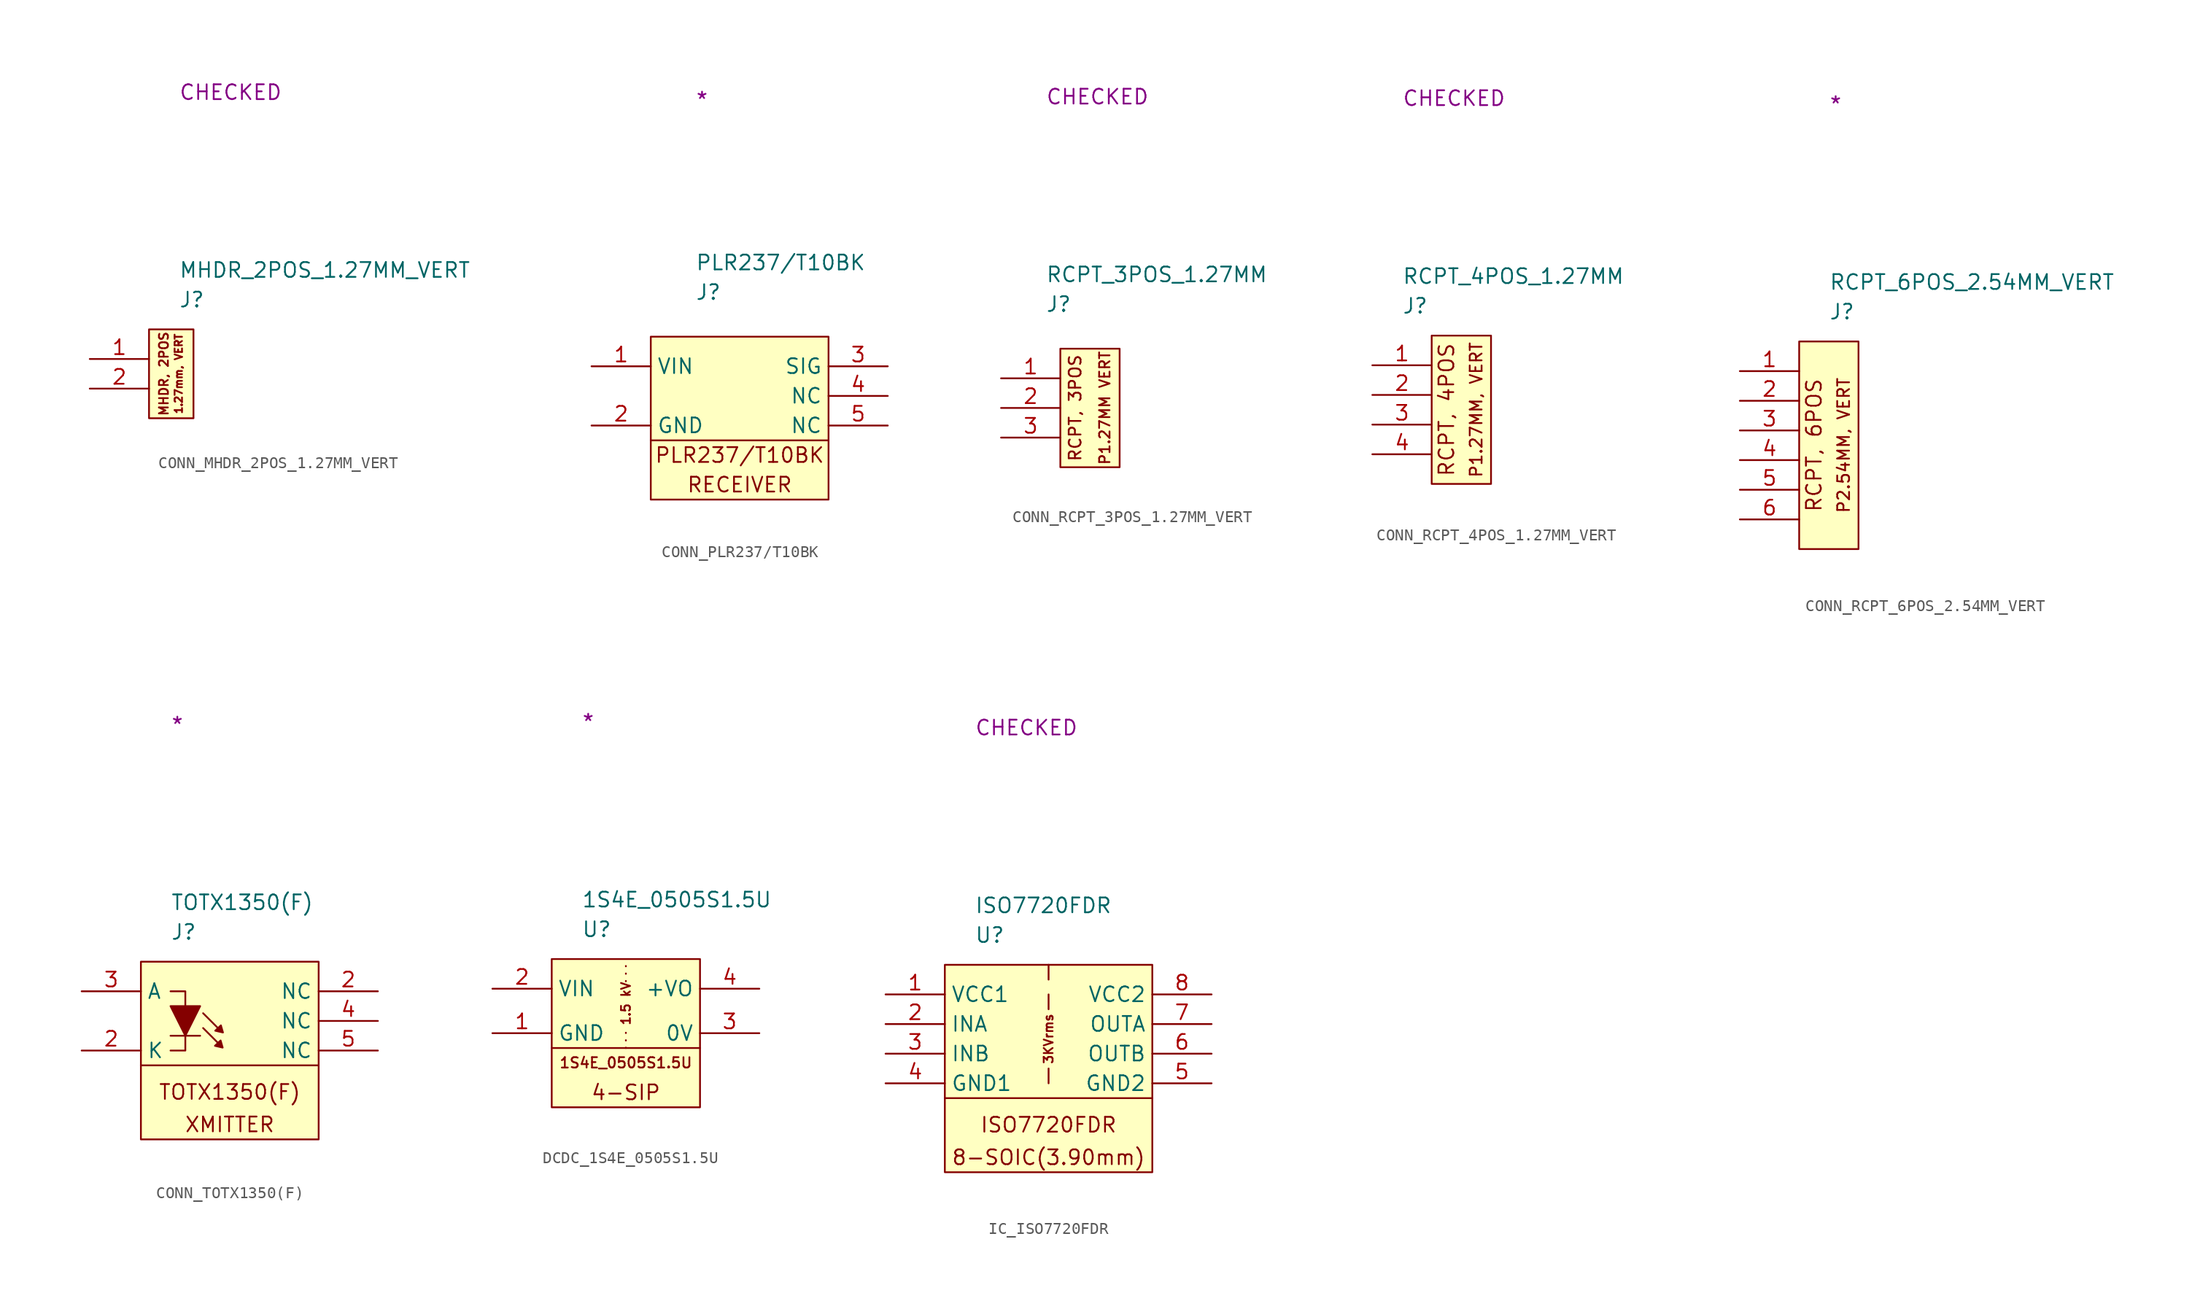
<source format=kicad_sym>
(kicad_symbol_lib
  (version 20220914)
  (generator kicad_symbol_editor)
  (symbol "CONN_MHDR_2POS_1.27MM_VERT"
    (property "Reference" "J"
      (at 2.54 2.54 0)
      (effects (font (size 1.27 1.27)) (justify left)))
    (property "Value" "MHDR_2POS_1.27MM_VERT"
      (at 2.54 5.08 0)
      (effects (font (size 1.27 1.27)) (justify left)))
    (property "SCH CHECK" "CHECKED"
      (at 2.54 20.32 0)
      (effects (font (size 1.27 1.27)) (justify left)))
    (symbol "CONN_MHDR_2POS_1.27MM_VERT_0_0"
      (text "1.27mm, VERT" (at 2.54 -3.81 900) (effects (font (size 0.635 0.635))))
      (text "MHDR, 2POS" (at 1.27 -3.81 900) (effects (font (size 0.762 0.762)))))
    (symbol "CONN_MHDR_2POS_1.27MM_VERT_0_1"
      (rectangle (start 0 0) (end 3.81 -7.62) (stroke (width 0) (type default)) (fill (type background))))
    (symbol "CONN_MHDR_2POS_1.27MM_VERT_1_1"
      (pin passive line (at -5.08 -2.54 0) (length 5.08) (name "" (effects (font (size 1.27 1.27)))) (number "1" (effects (font (size 1.27 1.27)))))
      (pin passive line (at -5.08 -5.08 0) (length 5.08) (name "" (effects (font (size 1.27 1.27)))) (number "2" (effects (font (size 1.27 1.27)))))))
  (symbol "CONN_PLR237/T10BK"
    (property "Reference" "J"
      (at 3.81 3.81 0)
      (effects (font (size 1.27 1.27)) (justify left)))
    (property "Value" "PLR237/T10BK"
      (at 3.81 6.35 0)
      (effects (font (size 1.27 1.27)) (justify left)))
    (property "SCH CHECK" "*"
      (at 3.81 20.32 0)
      (effects (font (size 1.27 1.27)) (justify left)))
    (symbol "CONN_PLR237/T10BK_0_0"
      (text "PLR237/T10BK" (at 7.62 -10.16 0) (effects (font (size 1.27 1.27)))))
    (symbol "CONN_PLR237/T10BK_0_1"
      (polyline (pts (xy 0 -8.89) (xy 15.24 -8.89)) (stroke (width 0) (type default)) (fill (type none)))
      (rectangle (start 0 0) (end 15.24 -13.97) (stroke (width 0) (type default)) (fill (type background)))
      (text "RECEIVER" (at 7.62 -12.7 0) (effects (font (size 1.27 1.27)))))
    (symbol "CONN_PLR237/T10BK_1_1"
      (pin passive line (at -5.08 -2.54 0) (length 5.08) (name "VIN" (effects (font (size 1.27 1.27)))) (number "1" (effects (font (size 1.27 1.27)))))
      (pin passive line (at -5.08 -7.62 0) (length 5.08) (name "GND" (effects (font (size 1.27 1.27)))) (number "2" (effects (font (size 1.27 1.27)))))
      (pin passive line (at 20.32 -2.54 180) (length 5.08) (name "SIG" (effects (font (size 1.27 1.27)))) (number "3" (effects (font (size 1.27 1.27)))))
      (pin passive line (at 20.32 -5.08 180) (length 5.08) (name "NC" (effects (font (size 1.27 1.27)))) (number "4" (effects (font (size 1.27 1.27)))))
      (pin passive line (at 20.32 -7.62 180) (length 5.08) (name "NC" (effects (font (size 1.27 1.27)))) (number "5" (effects (font (size 1.27 1.27)))))))
  (symbol "CONN_RCPT_3POS_1.27MM_VERT"
    (property "Reference" "J"
      (at 3.81 3.81 0)
      (effects (font (size 1.27 1.27)) (justify left)))
    (property "Value" "RCPT_3POS_1.27MM"
      (at 3.81 6.35 0)
      (effects (font (size 1.27 1.27)) (justify left)))
    (property "SCH CHECK" "CHECKED"
      (at 3.81 21.59 0)
      (effects (font (size 1.27 1.27)) (justify left)))
    (symbol "CONN_RCPT_3POS_1.27MM_VERT_0_0"
      (text "P1.27MM VERT" (at 8.89 -5.08 900) (effects (font (size 0.889 0.889))))
      (text "RCPT, 3POS" (at 6.35 -5.08 900) (effects (font (size 1.016 1.016)))))
    (symbol "CONN_RCPT_3POS_1.27MM_VERT_0_1"
      (rectangle (start 5.08 0) (end 10.16 -10.16) (stroke (width 0) (type default)) (fill (type background))))
    (symbol "CONN_RCPT_3POS_1.27MM_VERT_1_1"
      (pin passive line (at 0 -2.54 0) (length 5.08) (name "" (effects (font (size 1.27 1.27)))) (number "1" (effects (font (size 1.27 1.27)))))
      (pin passive line (at 0 -5.08 0) (length 5.08) (name "" (effects (font (size 1.27 1.27)))) (number "2" (effects (font (size 1.27 1.27)))))
      (pin passive line (at 0 -7.62 0) (length 5.08) (name "" (effects (font (size 1.27 1.27)))) (number "3" (effects (font (size 1.27 1.27)))))))
  (symbol "CONN_RCPT_4POS_1.27MM_VERT"
    (property "Reference" "J"
      (at 2.54 2.54 0)
      (effects (font (size 1.27 1.27)) (justify left)))
    (property "Value" "RCPT_4POS_1.27MM"
      (at 2.54 5.08 0)
      (effects (font (size 1.27 1.27)) (justify left)))
    (property "SCH CHECK" "CHECKED"
      (at 2.54 20.32 0)
      (effects (font (size 1.27 1.27)) (justify left)))
    (symbol "CONN_RCPT_4POS_1.27MM_VERT_0_0"
      (text "P1.27MM, VERT" (at 8.89 -6.35 900) (effects (font (size 1.016 1.016))))
      (text "RCPT, 4POS" (at 6.35 -6.35 900) (effects (font (size 1.27 1.27)))))
    (symbol "CONN_RCPT_4POS_1.27MM_VERT_0_1"
      (rectangle (start 5.08 0) (end 10.16 -12.7) (stroke (width 0) (type default)) (fill (type background))))
    (symbol "CONN_RCPT_4POS_1.27MM_VERT_1_1"
      (pin passive line (at 0 -2.54 0) (length 5.08) (name "" (effects (font (size 1.27 1.27)))) (number "1" (effects (font (size 1.27 1.27)))))
      (pin passive line (at 0 -5.08 0) (length 5.08) (name "" (effects (font (size 1.27 1.27)))) (number "2" (effects (font (size 1.27 1.27)))))
      (pin passive line (at 0 -7.62 0) (length 5.08) (name "" (effects (font (size 1.27 1.27)))) (number "3" (effects (font (size 1.27 1.27)))))
      (pin passive line (at 0 -10.16 0) (length 5.08) (name "" (effects (font (size 1.27 1.27)))) (number "4" (effects (font (size 1.27 1.27)))))))
  (symbol "CONN_RCPT_6POS_2.54MM_VERT"
    (property "Reference" "J"
      (at 2.54 2.54 0)
      (effects (font (size 1.27 1.27)) (justify left)))
    (property "Value" "RCPT_6POS_2.54MM_VERT"
      (at 2.54 5.08 0)
      (effects (font (size 1.27 1.27)) (justify left)))
    (property "SCH CHECK" "*"
      (at 2.54 20.32 0)
      (effects (font (size 1.27 1.27)) (justify left)))
    (symbol "CONN_RCPT_6POS_2.54MM_VERT_0_0"
      (text "P2.54MM, VERT" (at 3.81 -8.89 900) (effects (font (size 1.016 1.016))))
      (text "RCPT, 6POS" (at 1.27 -8.89 900) (effects (font (size 1.27 1.27)))))
    (symbol "CONN_RCPT_6POS_2.54MM_VERT_0_1"
      (rectangle (start 0 0) (end 5.08 -17.78) (stroke (width 0) (type default)) (fill (type background))))
    (symbol "CONN_RCPT_6POS_2.54MM_VERT_1_1"
      (pin passive line (at -5.08 -2.54 0) (length 5.08) (name "" (effects (font (size 1.27 1.27)))) (number "1" (effects (font (size 1.27 1.27)))))
      (pin passive line (at -5.08 -5.08 0) (length 5.08) (name "" (effects (font (size 1.27 1.27)))) (number "2" (effects (font (size 1.27 1.27)))))
      (pin passive line (at -5.08 -7.62 0) (length 5.08) (name "" (effects (font (size 1.27 1.27)))) (number "3" (effects (font (size 1.27 1.27)))))
      (pin passive line (at -5.08 -10.16 0) (length 5.08) (name "" (effects (font (size 1.27 1.27)))) (number "4" (effects (font (size 1.27 1.27)))))
      (pin passive line (at -5.08 -12.7 0) (length 5.08) (name "" (effects (font (size 1.27 1.27)))) (number "5" (effects (font (size 1.27 1.27)))))
      (pin passive line (at -5.08 -15.24 0) (length 5.08) (name "" (effects (font (size 1.27 1.27)))) (number "6" (effects (font (size 1.27 1.27)))))))
  (symbol "CONN_TOTX1350(F)"
    (property "Reference" "J"
      (at 2.54 2.54 0)
      (effects (font (size 1.27 1.27)) (justify left)))
    (property "Value" "TOTX1350(F)"
      (at 2.54 5.08 0)
      (effects (font (size 1.27 1.27)) (justify left)))
    (property "SCH CHECK" "*"
      (at 2.54 20.32 0)
      (effects (font (size 1.27 1.27)) (justify left)))
    (symbol "CONN_TOTX1350(F)_0_0"
      (text "	\nTOTX1350(F)" (at 7.62 -10.16 0) (effects (font (size 1.27 1.27)))))
    (symbol "CONN_TOTX1350(F)_0_1"
      (polyline (pts (xy 0 -8.89) (xy 15.24 -8.89)) (stroke (width 0) (type default)) (fill (type none)))
      (polyline (pts (xy 2.54 -6.35) (xy 5.08 -6.35)) (stroke (width 0) (type default)) (fill (type none)))
      (polyline (pts (xy 5.334 -5.69) (xy 6.604 -6.96)) (stroke (width 0) (type default)) (fill (type none)))
      (polyline (pts (xy 5.334 -4.42) (xy 6.604 -5.69)) (stroke (width 0) (type default)) (fill (type none)))
      (polyline (pts (xy 2.54 -7.62) (xy 3.81 -7.62) (xy 3.81 -6.35)) (stroke (width 0) (type default)) (fill (type none)))
      (polyline (pts (xy 2.54 -2.54) (xy 3.81 -2.54) (xy 3.81 -3.81)) (stroke (width 0) (type default)) (fill (type none)))
      (polyline (pts (xy 2.54 -3.81) (xy 5.08 -3.81) (xy 3.81 -6.35) (xy 2.54 -3.81)) (stroke (width 0) (type default)) (fill (type outline)))
      (polyline (pts (xy 6.833 -6.756) (xy 6.35 -7.214) (xy 7.01 -7.366) (xy 6.833 -6.756)) (stroke (width 0) (type default)) (fill (type outline)))
      (polyline (pts (xy 6.858 -5.461) (xy 6.375 -5.918) (xy 7.036 -6.071) (xy 6.858 -5.461)) (stroke (width 0) (type default)) (fill (type outline)))
      (rectangle (start 0 0) (end 15.24 -15.24) (stroke (width 0) (type default)) (fill (type background)))
      (text "XMITTER" (at 7.62 -13.97 0) (effects (font (size 1.27 1.27)))))
    (symbol "CONN_TOTX1350(F)_1_1"
      (pin passive line (at -5.08 -7.62 0) (length 5.08) (name "K" (effects (font (size 1.27 1.27)))) (number "2" (effects (font (size 1.27 1.27)))))
      (pin passive line (at 20.32 -2.54 180) (length 5.08) (name "NC" (effects (font (size 1.27 1.27)))) (number "2" (effects (font (size 1.27 1.27)))))
      (pin passive line (at -5.08 -2.54 0) (length 5.08) (name "A" (effects (font (size 1.27 1.27)))) (number "3" (effects (font (size 1.27 1.27)))))
      (pin passive line (at 20.32 -5.08 180) (length 5.08) (name "NC" (effects (font (size 1.27 1.27)))) (number "4" (effects (font (size 1.27 1.27)))))
      (pin passive line (at 20.32 -7.62 180) (length 5.08) (name "NC" (effects (font (size 1.27 1.27)))) (number "5" (effects (font (size 1.27 1.27)))))))
  (symbol "DCDC_1S4E_0505S1.5U"
    (property "Reference" "U"
      (at 2.54 2.54 0)
      (effects (font (size 1.27 1.27)) (justify left)))
    (property "Value" "1S4E_0505S1.5U"
      (at 2.54 5.08 0)
      (effects (font (size 1.27 1.27)) (justify left)))
    (property "SCH CHECK" "*"
      (at 2.54 20.32 0)
      (effects (font (size 1.27 1.27)) (justify left)))
    (symbol "DCDC_1S4E_0505S1.5U_0_0"
      (polyline (pts (xy 0 -7.62) (xy 12.7 -7.62)) (stroke (width 0) (type default)) (fill (type none)))
      (polyline (pts (xy 6.35 -7.62) (xy 6.35 -5.715)) (stroke (width 0) (type dot)) (fill (type none)))
      (polyline (pts (xy 6.35 -1.905) (xy 6.35 0)) (stroke (width 0) (type dot)) (fill (type none)))
      (rectangle (start 0 0) (end 12.7 -12.7) (stroke (width 0) (type default)) (fill (type background)))
      (text "1.5 kV" (at 6.35 -3.81 900) (effects (font (size 0.762 0.762))))
      (text "1S4E_0505S1.5U" (at 6.35 -8.89 0) (effects (font (size 0.889 0.889))))
      (text "4-SIP" (at 6.35 -11.43 0) (effects (font (size 1.27 1.27)))))
    (symbol "DCDC_1S4E_0505S1.5U_1_1"
      (pin passive line (at -5.08 -6.35 0) (length 5.08) (name "GND" (effects (font (size 1.27 1.27)))) (number "1" (effects (font (size 1.27 1.27)))))
      (pin passive line (at -5.08 -2.54 0) (length 5.08) (name "VIN" (effects (font (size 1.27 1.27)))) (number "2" (effects (font (size 1.27 1.27)))))
      (pin passive line (at 17.78 -6.35 180) (length 5.08) (name "0V" (effects (font (size 1.27 1.27)))) (number "3" (effects (font (size 1.27 1.27)))))
      (pin passive line (at 17.78 -2.54 180) (length 5.08) (name "+VO" (effects (font (size 1.27 1.27)))) (number "4" (effects (font (size 1.27 1.27)))))))
  (symbol "IC_ISO7720FDR"
    (property "Reference" "U"
      (at 2.54 2.54 0)
      (effects (font (size 1.27 1.27)) (justify left)))
    (property "Value" "ISO7720FDR"
      (at 2.54 5.08 0)
      (effects (font (size 1.27 1.27)) (justify left)))
    (property "SCH CHECK" "CHECKED"
      (at 2.54 20.32 0)
      (effects (font (size 1.27 1.27)) (justify left)))
    (symbol "IC_ISO7720FDR_0_0"
      (polyline (pts (xy 8.89 -8.89) (xy 8.89 -10.16)) (stroke (width 0) (type default)) (fill (type none)))
      (polyline (pts (xy 8.89 -2.54) (xy 8.89 -3.81)) (stroke (width 0) (type default)) (fill (type none)))
      (polyline (pts (xy 8.89 0) (xy 8.89 -1.27)) (stroke (width 0) (type default)) (fill (type none)))
      (text "	\nISO7720FDR" (at 8.89 -12.7 0) (effects (font (size 1.27 1.27))))
      (text "3KVrms" (at 8.89 -6.35 900) (effects (font (size 0.762 0.762))))
      (text "8-SOIC(3.90mm)" (at 8.89 -16.51 0) (effects (font (size 1.27 1.27)))))
    (symbol "IC_ISO7720FDR_0_1"
      (polyline (pts (xy 17.78 -11.43) (xy 0 -11.43)) (stroke (width 0) (type default)) (fill (type none)))
      (rectangle (start 0 0) (end 17.78 -17.78) (stroke (width 0) (type default)) (fill (type background))))
    (symbol "IC_ISO7720FDR_1_1"
      (pin passive line (at -5.08 -2.54 0) (length 5.08) (name "VCC1" (effects (font (size 1.27 1.27)))) (number "1" (effects (font (size 1.27 1.27)))))
      (pin passive line (at -5.08 -5.08 0) (length 5.08) (name "INA" (effects (font (size 1.27 1.27)))) (number "2" (effects (font (size 1.27 1.27)))))
      (pin passive line (at -5.08 -7.62 0) (length 5.08) (name "INB" (effects (font (size 1.27 1.27)))) (number "3" (effects (font (size 1.27 1.27)))))
      (pin passive line (at -5.08 -10.16 0) (length 5.08) (name "GND1" (effects (font (size 1.27 1.27)))) (number "4" (effects (font (size 1.27 1.27)))))
      (pin passive line (at 22.86 -10.16 180) (length 5.08) (name "GND2" (effects (font (size 1.27 1.27)))) (number "5" (effects (font (size 1.27 1.27)))))
      (pin passive line (at 22.86 -7.62 180) (length 5.08) (name "OUTB" (effects (font (size 1.27 1.27)))) (number "6" (effects (font (size 1.27 1.27)))))
      (pin passive line (at 22.86 -5.08 180) (length 5.08) (name "OUTA" (effects (font (size 1.27 1.27)))) (number "7" (effects (font (size 1.27 1.27)))))
      (pin passive line (at 22.86 -2.54 180) (length 5.08) (name "VCC2" (effects (font (size 1.27 1.27)))) (number "8" (effects (font (size 1.27 1.27))))))))
</source>
